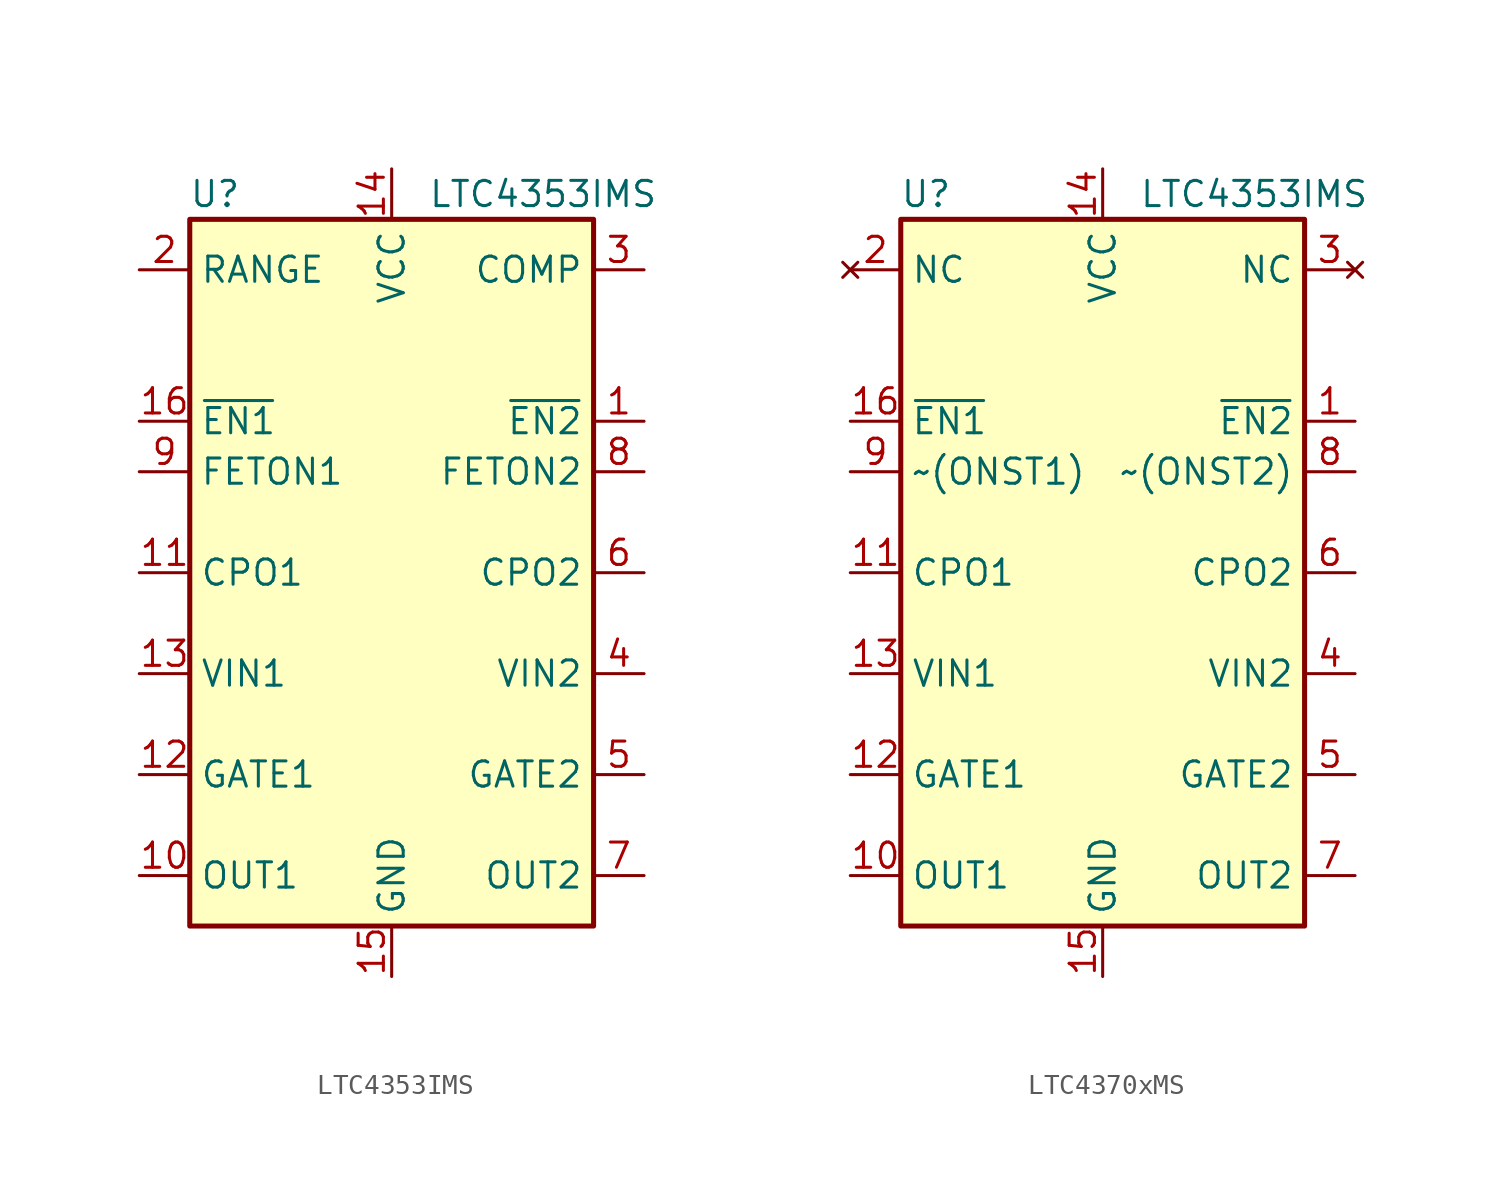
<source format=kicad_sym>
(kicad_symbol_lib
  (version 20231120)
  (generator "kicad_symbol_editor")
  (generator_version "8.0")
  (symbol "LTC4353IMS"
    (property "Reference" "U"
      (at -8.89 19.05 0)
      (effects (font (size 1.27 1.27))))
    (property "Value" "LTC4353IMS"
      (at 7.62 19.05 0)
      (effects (font (size 1.27 1.27))))
    (symbol "LTC4353IMS_1_1"
      (rectangle (start -10.16 17.78) (end 10.16 -17.78) (stroke (width 0.254) (type default)) (fill (type background)))
      (pin input line (at 12.7 7.62 180) (length 2.54) (name "~{EN2}" (effects (font (size 1.27 1.27)))) (number "1" (effects (font (size 1.27 1.27)))))
      (pin input line (at -12.7 -15.24 0) (length 2.54) (name "OUT1" (effects (font (size 1.27 1.27)))) (number "10" (effects (font (size 1.27 1.27)))))
      (pin passive line (at -12.7 0 0) (length 2.54) (name "CPO1" (effects (font (size 1.27 1.27)))) (number "11" (effects (font (size 1.27 1.27)))))
      (pin output line (at -12.7 -10.16 0) (length 2.54) (name "GATE1" (effects (font (size 1.27 1.27)))) (number "12" (effects (font (size 1.27 1.27)))))
      (pin power_in line (at -12.7 -5.08 0) (length 2.54) (name "VIN1" (effects (font (size 1.27 1.27)))) (number "13" (effects (font (size 1.27 1.27)))))
      (pin power_in line (at 0 20.32 270) (length 2.54) (name "VCC" (effects (font (size 1.27 1.27)))) (number "14" (effects (font (size 1.27 1.27)))))
      (pin power_in line (at 0 -20.32 90) (length 2.54) (name "GND" (effects (font (size 1.27 1.27)))) (number "15" (effects (font (size 1.27 1.27)))))
      (pin input line (at -12.7 7.62 0) (length 2.54) (name "~{EN1}" (effects (font (size 1.27 1.27)))) (number "16" (effects (font (size 1.27 1.27)))))
      (pin passive line (at -12.7 15.24 0) (length 2.54) (name "RANGE" (effects (font (size 1.27 1.27)))) (number "2" (effects (font (size 1.27 1.27)))))
      (pin passive line (at 12.7 15.24 180) (length 2.54) (name "COMP" (effects (font (size 1.27 1.27)))) (number "3" (effects (font (size 1.27 1.27)))))
      (pin power_in line (at 12.7 -5.08 180) (length 2.54) (name "VIN2" (effects (font (size 1.27 1.27)))) (number "4" (effects (font (size 1.27 1.27)))))
      (pin output line (at 12.7 -10.16 180) (length 2.54) (name "GATE2" (effects (font (size 1.27 1.27)))) (number "5" (effects (font (size 1.27 1.27)))))
      (pin passive line (at 12.7 0 180) (length 2.54) (name "CPO2" (effects (font (size 1.27 1.27)))) (number "6" (effects (font (size 1.27 1.27)))))
      (pin input line (at 12.7 -15.24 180) (length 2.54) (name "OUT2" (effects (font (size 1.27 1.27)))) (number "7" (effects (font (size 1.27 1.27)))))
      (pin open_collector line (at 12.7 5.08 180) (length 2.54) (name "FETON2" (effects (font (size 1.27 1.27)))) (number "8" (effects (font (size 1.27 1.27)))))
      (pin open_collector line (at -12.7 5.08 0) (length 2.54) (name "FETON1" (effects (font (size 1.27 1.27)))) (number "9" (effects (font (size 1.27 1.27)))))))
  (symbol "LTC4370xMS"
    (property "Reference" "U"
      (at -8.89 19.05 0)
      (effects (font (size 1.27 1.27))))
    (property "Value" "LTC4353IMS"
      (at 7.62 19.05 0)
      (effects (font (size 1.27 1.27))))
    (symbol "LTC4370xMS_1_1"
      (rectangle (start -10.16 17.78) (end 10.16 -17.78) (stroke (width 0.254) (type default)) (fill (type background)))
      (pin input line (at 12.7 7.62 180) (length 2.54) (name "~{EN2}" (effects (font (size 1.27 1.27)))) (number "1" (effects (font (size 1.27 1.27)))))
      (pin input line (at -12.7 -15.24 0) (length 2.54) (name "OUT1" (effects (font (size 1.27 1.27)))) (number "10" (effects (font (size 1.27 1.27)))))
      (pin passive line (at -12.7 0 0) (length 2.54) (name "CPO1" (effects (font (size 1.27 1.27)))) (number "11" (effects (font (size 1.27 1.27)))))
      (pin output line (at -12.7 -10.16 0) (length 2.54) (name "GATE1" (effects (font (size 1.27 1.27)))) (number "12" (effects (font (size 1.27 1.27)))))
      (pin power_in line (at -12.7 -5.08 0) (length 2.54) (name "VIN1" (effects (font (size 1.27 1.27)))) (number "13" (effects (font (size 1.27 1.27)))))
      (pin power_in line (at 0 20.32 270) (length 2.54) (name "VCC" (effects (font (size 1.27 1.27)))) (number "14" (effects (font (size 1.27 1.27)))))
      (pin power_in line (at 0 -20.32 90) (length 2.54) (name "GND" (effects (font (size 1.27 1.27)))) (number "15" (effects (font (size 1.27 1.27)))))
      (pin input line (at -12.7 7.62 0) (length 2.54) (name "~{EN1}" (effects (font (size 1.27 1.27)))) (number "16" (effects (font (size 1.27 1.27)))))
      (pin no_connect line (at -12.7 15.24 0) (length 2.54) (name "NC" (effects (font (size 1.27 1.27)))) (number "2" (effects (font (size 1.27 1.27)))))
      (pin no_connect line (at 12.7 15.24 180) (length 2.54) (name "NC" (effects (font (size 1.27 1.27)))) (number "3" (effects (font (size 1.27 1.27)))))
      (pin power_in line (at 12.7 -5.08 180) (length 2.54) (name "VIN2" (effects (font (size 1.27 1.27)))) (number "4" (effects (font (size 1.27 1.27)))))
      (pin output line (at 12.7 -10.16 180) (length 2.54) (name "GATE2" (effects (font (size 1.27 1.27)))) (number "5" (effects (font (size 1.27 1.27)))))
      (pin passive line (at 12.7 0 180) (length 2.54) (name "CPO2" (effects (font (size 1.27 1.27)))) (number "6" (effects (font (size 1.27 1.27)))))
      (pin input line (at 12.7 -15.24 180) (length 2.54) (name "OUT2" (effects (font (size 1.27 1.27)))) (number "7" (effects (font (size 1.27 1.27)))))
      (pin open_collector line (at 12.7 5.08 180) (length 2.54) (name "~(ONST2)" (effects (font (size 1.27 1.27)))) (number "8" (effects (font (size 1.27 1.27)))))
      (pin open_collector line (at -12.7 5.08 0) (length 2.54) (name "~(ONST1)" (effects (font (size 1.27 1.27)))) (number "9" (effects (font (size 1.27 1.27))))))))
</source>
